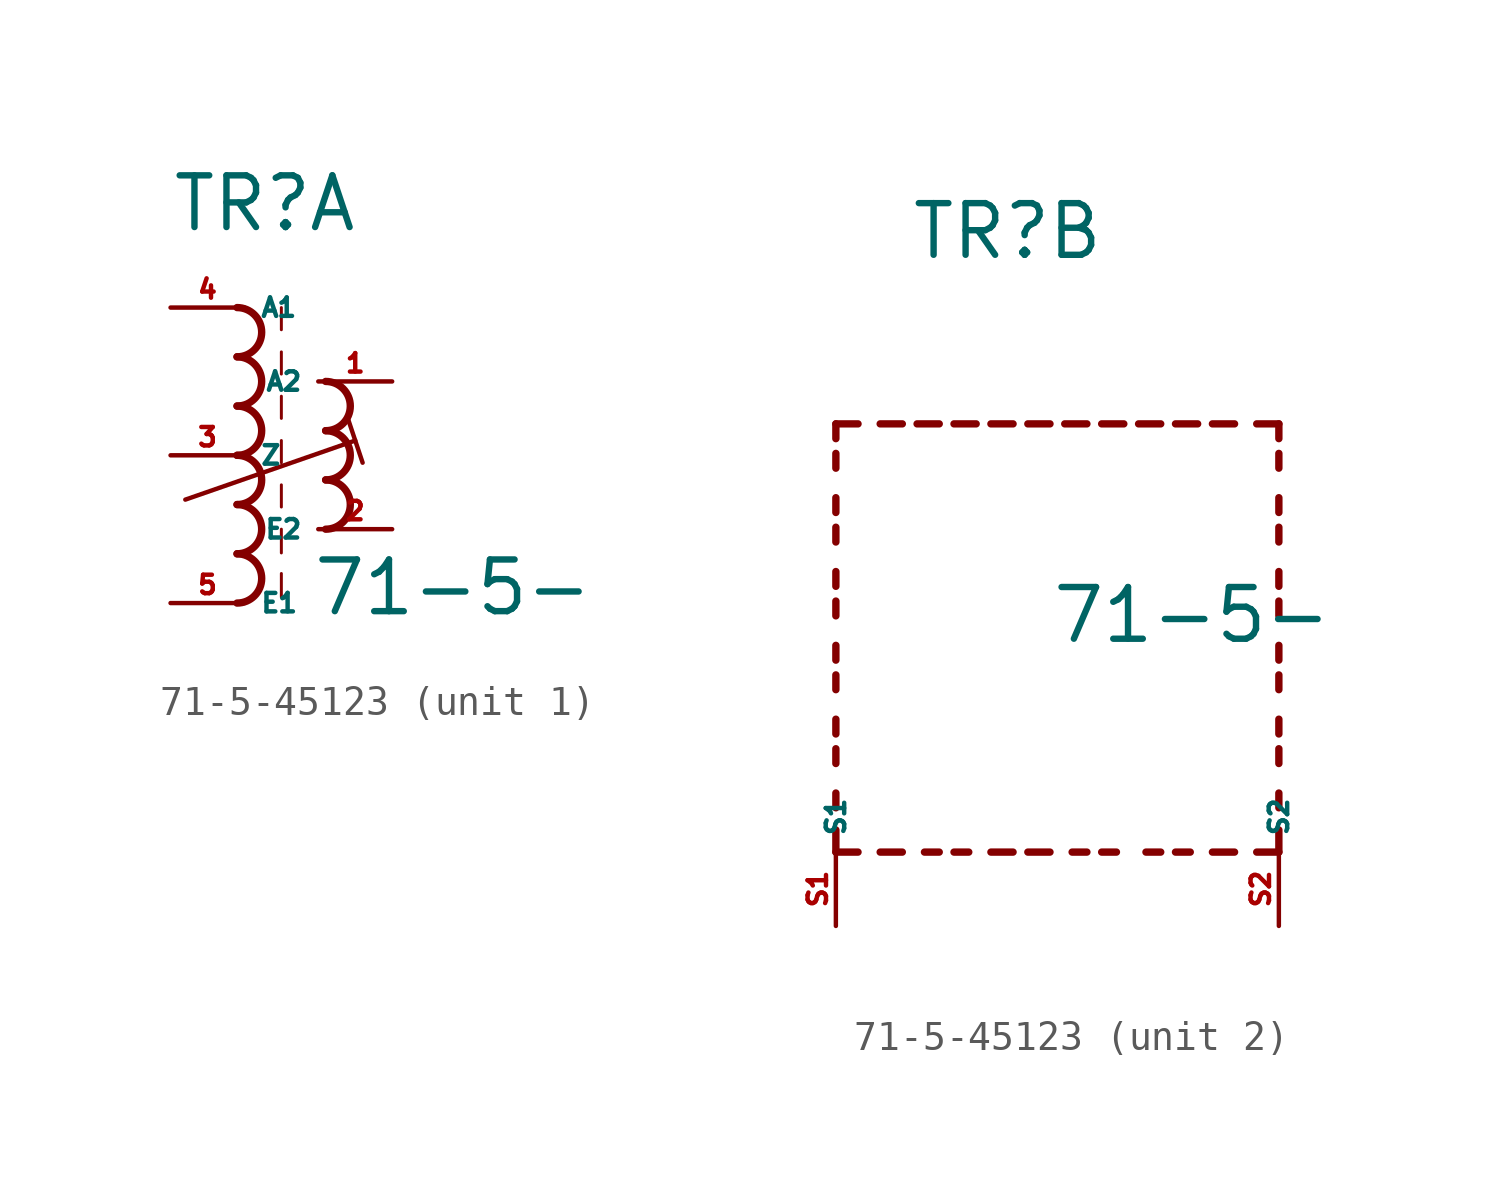
<source format=kicad_sym>
(kicad_symbol_lib
  (version 20220914)
  (generator kicad_symbol_editor)
  (symbol "71-5-45123"
    (property "Reference" "TR"
      (at -2.54 7.62 0)
      (effects (font (size 1.778 1.778) (thickness 0.22)) (justify left bottom)))
    (property "Value" "71-5-"
      (at 2.286 -5.588 0)
      (effects (font (size 1.778 1.778) (thickness 0.22)) (justify left bottom)))
    (symbol "71-5-45123_1_0"
      (arc (start -0.2534 -5.08) (mid 0.593 -4.2333) (end -0.2534 -3.3866) (stroke (width 0.254) (type default)) (fill (type none)))
      (arc (start -0.2534 -3.3866) (mid 0.593 -2.5399) (end -0.2534 -1.6932) (stroke (width 0.254) (type default)) (fill (type none)))
      (arc (start -0.2534 -1.6934) (mid 0.593 -0.8467) (end -0.2534 0) (stroke (width 0.254) (type default)) (fill (type none)))
      (arc (start -0.2534 0) (mid 0.593 0.8467) (end -0.2534 1.6934) (stroke (width 0.254) (type default)) (fill (type none)))
      (arc (start -0.2532 1.6934) (mid 0.593 2.54) (end -0.2532 3.3866) (stroke (width 0.254) (type default)) (fill (type none)))
      (arc (start -0.2534 3.3866) (mid 0.593 4.2333) (end -0.2534 5.08) (stroke (width 0.254) (type default)) (fill (type none)))
      (polyline (pts (xy -2.032 -1.524) (xy 3.81 0.508)) (stroke (width 0.152) (type default)) (fill (type none)))
      (polyline (pts (xy 1.27 -4.064) (xy 1.27 -4.88)) (stroke (width 0.102) (type default)) (fill (type none)))
      (polyline (pts (xy 1.27 -2.54) (xy 1.27 -3.356)) (stroke (width 0.102) (type default)) (fill (type none)))
      (polyline (pts (xy 1.27 -1.016) (xy 1.27 -1.778)) (stroke (width 0.102) (type default)) (fill (type none)))
      (polyline (pts (xy 1.27 0.508) (xy 1.27 -0.254)) (stroke (width 0.102) (type default)) (fill (type none)))
      (polyline (pts (xy 1.27 2.032) (xy 1.27 1.27)) (stroke (width 0.102) (type default)) (fill (type none)))
      (polyline (pts (xy 1.27 3.556) (xy 1.27 2.794)) (stroke (width 0.102) (type default)) (fill (type none)))
      (polyline (pts (xy 1.27 5.08) (xy 1.27 4.318)) (stroke (width 0.102) (type default)) (fill (type none)))
      (polyline (pts (xy 3.556 1.27) (xy 4.064 -0.254)) (stroke (width 0.152) (type default)) (fill (type none)))
      (arc (start 2.794 -2.54) (mid 3.6404 -1.6933) (end 2.794 -0.8466) (stroke (width 0.254) (type default)) (fill (type none)))
      (arc (start 2.794 -0.8466) (mid 3.6402 0) (end 2.794 0.8466) (stroke (width 0.254) (type default)) (fill (type none)))
      (arc (start 2.794 0.8466) (mid 3.6404 1.6933) (end 2.794 2.54) (stroke (width 0.254) (type default)) (fill (type none)))
      (pin passive line (at 5.08 2.54 180) (length 2.54) (name "A2" (effects (font (size 0.635 0.635)))) (number "1" (effects (font (size 0.635 0.635)))))
      (pin passive line (at 5.08 -2.54 180) (length 2.54) (name "E2" (effects (font (size 0.635 0.635)))) (number "2" (effects (font (size 0.635 0.635)))))
      (pin passive line (at -2.54 0 0) (length 2.54) (name "Z" (effects (font (size 0.635 0.635)))) (number "3" (effects (font (size 0.635 0.635)))))
      (pin passive line (at -2.54 5.08 0) (length 2.54) (name "A1" (effects (font (size 0.635 0.635)))) (number "4" (effects (font (size 0.635 0.635)))))
      (pin passive line (at -2.54 -5.08 0) (length 2.54) (name "E1" (effects (font (size 0.635 0.635)))) (number "5" (effects (font (size 0.635 0.635))))))
    (symbol "71-5-45123_2_0"
      (polyline (pts (xy -5.08 -12.7) (xy -5.08 -11.938)) (stroke (width 0.254) (type default)) (fill (type none)))
      (polyline (pts (xy -5.08 -12.7) (xy -4.318 -12.7)) (stroke (width 0.254) (type default)) (fill (type none)))
      (polyline (pts (xy -5.08 -11.176) (xy -5.08 -10.668)) (stroke (width 0.254) (type default)) (fill (type none)))
      (polyline (pts (xy -5.08 -9.652) (xy -5.08 -9.144)) (stroke (width 0.254) (type default)) (fill (type none)))
      (polyline (pts (xy -5.08 -8.636) (xy -5.08 -8.128)) (stroke (width 0.254) (type default)) (fill (type none)))
      (polyline (pts (xy -5.08 -7.112) (xy -5.08 -6.604)) (stroke (width 0.254) (type default)) (fill (type none)))
      (polyline (pts (xy -5.08 -6.096) (xy -5.08 -5.588)) (stroke (width 0.254) (type default)) (fill (type none)))
      (polyline (pts (xy -5.08 -4.572) (xy -5.08 -4.064)) (stroke (width 0.254) (type default)) (fill (type none)))
      (polyline (pts (xy -5.08 -3.556) (xy -5.08 -3.048)) (stroke (width 0.254) (type default)) (fill (type none)))
      (polyline (pts (xy -5.08 -2.032) (xy -5.08 -1.524)) (stroke (width 0.254) (type default)) (fill (type none)))
      (polyline (pts (xy -5.08 -1.016) (xy -5.08 -0.508)) (stroke (width 0.254) (type default)) (fill (type none)))
      (polyline (pts (xy -5.08 0.508) (xy -5.08 1.016)) (stroke (width 0.254) (type default)) (fill (type none)))
      (polyline (pts (xy -5.08 1.524) (xy -5.08 2.032)) (stroke (width 0.254) (type default)) (fill (type none)))
      (polyline (pts (xy -5.08 2.032) (xy -4.318 2.032)) (stroke (width 0.254) (type default)) (fill (type none)))
      (polyline (pts (xy -3.556 -12.7) (xy -2.794 -12.7)) (stroke (width 0.254) (type default)) (fill (type none)))
      (polyline (pts (xy -3.556 2.032) (xy -2.794 2.032)) (stroke (width 0.254) (type default)) (fill (type none)))
      (polyline (pts (xy -1.524 -12.7) (xy -2.032 -12.7)) (stroke (width 0.254) (type default)) (fill (type none)))
      (polyline (pts (xy -1.524 2.032) (xy -2.286 2.032)) (stroke (width 0.254) (type default)) (fill (type none)))
      (polyline (pts (xy -1.016 2.032) (xy -0.254 2.032)) (stroke (width 0.254) (type default)) (fill (type none)))
      (polyline (pts (xy -0.508 -12.7) (xy -1.016 -12.7)) (stroke (width 0.254) (type default)) (fill (type none)))
      (polyline (pts (xy 1.016 -12.7) (xy 0.254 -12.7)) (stroke (width 0.254) (type default)) (fill (type none)))
      (polyline (pts (xy 1.016 2.032) (xy 0.254 2.032)) (stroke (width 0.254) (type default)) (fill (type none)))
      (polyline (pts (xy 1.524 -12.7) (xy 2.286 -12.7)) (stroke (width 0.254) (type default)) (fill (type none)))
      (polyline (pts (xy 1.524 2.032) (xy 2.286 2.032)) (stroke (width 0.254) (type default)) (fill (type none)))
      (polyline (pts (xy 3.556 -12.7) (xy 3.048 -12.7)) (stroke (width 0.254) (type default)) (fill (type none)))
      (polyline (pts (xy 3.556 2.032) (xy 2.794 2.032)) (stroke (width 0.254) (type default)) (fill (type none)))
      (polyline (pts (xy 4.064 2.032) (xy 4.826 2.032)) (stroke (width 0.254) (type default)) (fill (type none)))
      (polyline (pts (xy 4.572 -12.7) (xy 4.064 -12.7)) (stroke (width 0.254) (type default)) (fill (type none)))
      (polyline (pts (xy 6.096 -12.7) (xy 5.588 -12.7)) (stroke (width 0.254) (type default)) (fill (type none)))
      (polyline (pts (xy 6.096 2.032) (xy 5.334 2.032)) (stroke (width 0.254) (type default)) (fill (type none)))
      (polyline (pts (xy 6.604 2.032) (xy 7.366 2.032)) (stroke (width 0.254) (type default)) (fill (type none)))
      (polyline (pts (xy 7.112 -12.7) (xy 6.604 -12.7)) (stroke (width 0.254) (type default)) (fill (type none)))
      (polyline (pts (xy 8.636 -12.7) (xy 7.874 -12.7)) (stroke (width 0.254) (type default)) (fill (type none)))
      (polyline (pts (xy 8.636 2.032) (xy 7.874 2.032)) (stroke (width 0.254) (type default)) (fill (type none)))
      (polyline (pts (xy 10.16 -12.7) (xy 9.398 -12.7)) (stroke (width 0.254) (type default)) (fill (type none)))
      (polyline (pts (xy 10.16 -12.7) (xy 10.16 -11.938)) (stroke (width 0.254) (type default)) (fill (type none)))
      (polyline (pts (xy 10.16 -11.176) (xy 10.16 -10.668)) (stroke (width 0.254) (type default)) (fill (type none)))
      (polyline (pts (xy 10.16 -9.652) (xy 10.16 -9.144)) (stroke (width 0.254) (type default)) (fill (type none)))
      (polyline (pts (xy 10.16 -8.636) (xy 10.16 -8.128)) (stroke (width 0.254) (type default)) (fill (type none)))
      (polyline (pts (xy 10.16 -7.112) (xy 10.16 -6.604)) (stroke (width 0.254) (type default)) (fill (type none)))
      (polyline (pts (xy 10.16 -6.096) (xy 10.16 -5.588)) (stroke (width 0.254) (type default)) (fill (type none)))
      (polyline (pts (xy 10.16 -4.572) (xy 10.16 -4.064)) (stroke (width 0.254) (type default)) (fill (type none)))
      (polyline (pts (xy 10.16 -3.556) (xy 10.16 -3.048)) (stroke (width 0.254) (type default)) (fill (type none)))
      (polyline (pts (xy 10.16 -2.032) (xy 10.16 -1.524)) (stroke (width 0.254) (type default)) (fill (type none)))
      (polyline (pts (xy 10.16 -1.016) (xy 10.16 -0.508)) (stroke (width 0.254) (type default)) (fill (type none)))
      (polyline (pts (xy 10.16 0.508) (xy 10.16 1.016)) (stroke (width 0.254) (type default)) (fill (type none)))
      (polyline (pts (xy 10.16 1.524) (xy 10.16 2.032)) (stroke (width 0.254) (type default)) (fill (type none)))
      (polyline (pts (xy 10.16 2.032) (xy 9.398 2.032)) (stroke (width 0.254) (type default)) (fill (type none)))
      (pin passive line (at -5.08 -15.24 90) (length 2.54) (name "S1" (effects (font (size 0.635 0.635)))) (number "S1" (effects (font (size 0.635 0.635)))))
      (pin passive line (at 10.16 -15.24 90) (length 2.54) (name "S2" (effects (font (size 0.635 0.635)))) (number "S2" (effects (font (size 0.635 0.635))))))))
</source>
